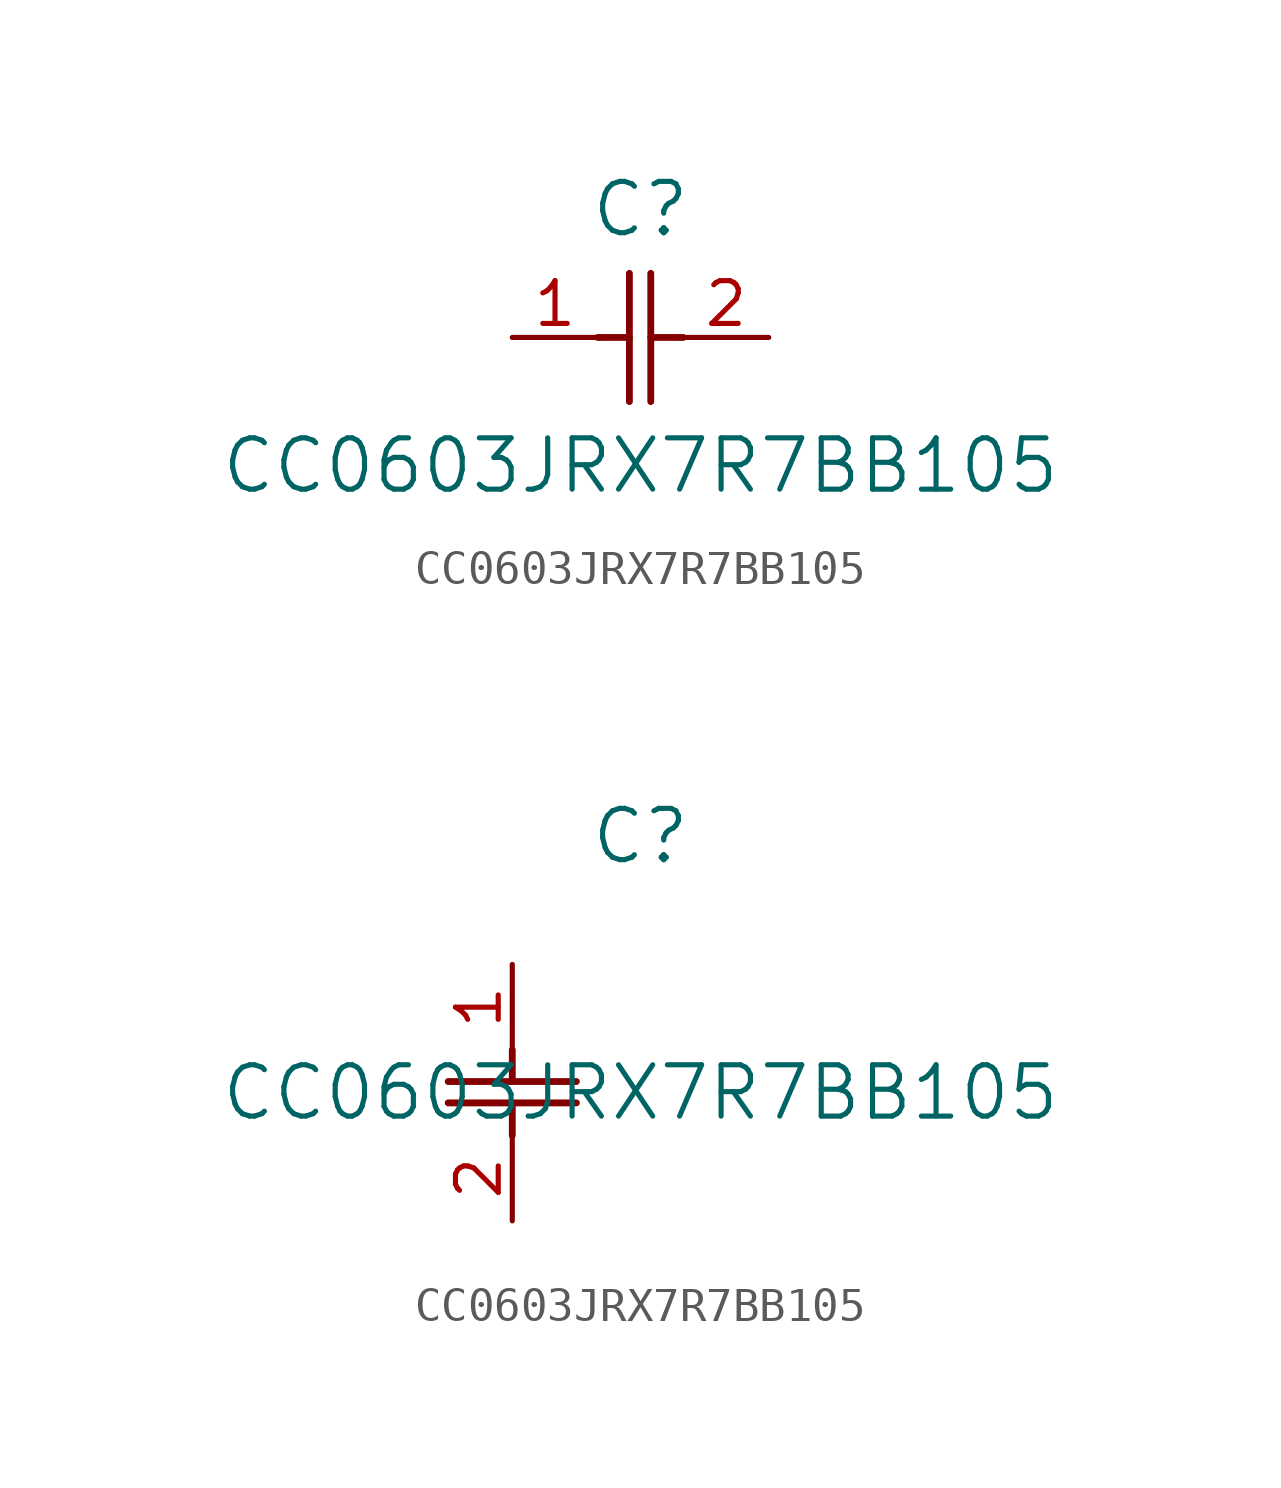
<source format=kicad_sym>
(kicad_symbol_lib
  (version 20241209)
  (generator "kicad_symbol_editor")
  (generator_version "9.0")
  (symbol "CC0603JRX7R7BB105"
    (pin_names
      (offset 0.254))
    (property "Reference" "C"
      (at 3.81 3.81 0)
      (effects (font (size 1.524 1.524))))
    (property "Value" "CC0603JRX7R7BB105"
      (at 3.81 -3.81 0)
      (effects (font (size 1.524 1.524))))
    (symbol "CC0603JRX7R7BB105_1_1"
      (polyline (pts (xy 2.54 0) (xy 3.48 0)) (stroke (width 0.203) (type default)) (fill (type none)))
      (polyline (pts (xy 3.48 -1.905) (xy 3.48 1.905)) (stroke (width 0.203) (type default)) (fill (type none)))
      (polyline (pts (xy 4.115 0) (xy 5.08 0)) (stroke (width 0.203) (type default)) (fill (type none)))
      (polyline (pts (xy 4.115 -1.905) (xy 4.115 1.905)) (stroke (width 0.203) (type default)) (fill (type none)))
      (pin unspecified line (at 0 0 0) (length 2.54) (name "" (effects (font (size 1.27 1.27)))) (number "1" (effects (font (size 1.27 1.27)))))
      (pin unspecified line (at 7.62 0 180) (length 2.54) (name "" (effects (font (size 1.27 1.27)))) (number "2" (effects (font (size 1.27 1.27))))))
    (symbol "CC0603JRX7R7BB105_1_2"
      (polyline (pts (xy -1.905 -3.48) (xy 1.905 -3.48)) (stroke (width 0.203) (type default)) (fill (type none)))
      (polyline (pts (xy -1.905 -4.115) (xy 1.905 -4.115)) (stroke (width 0.203) (type default)) (fill (type none)))
      (polyline (pts (xy 0 -2.54) (xy 0 -3.48)) (stroke (width 0.203) (type default)) (fill (type none)))
      (polyline (pts (xy 0 -4.115) (xy 0 -5.08)) (stroke (width 0.203) (type default)) (fill (type none)))
      (pin unspecified line (at 0 0 270) (length 2.54) (name "" (effects (font (size 1.27 1.27)))) (number "1" (effects (font (size 1.27 1.27)))))
      (pin unspecified line (at 0 -7.62 90) (length 2.54) (name "" (effects (font (size 1.27 1.27)))) (number "2" (effects (font (size 1.27 1.27))))))))
</source>
